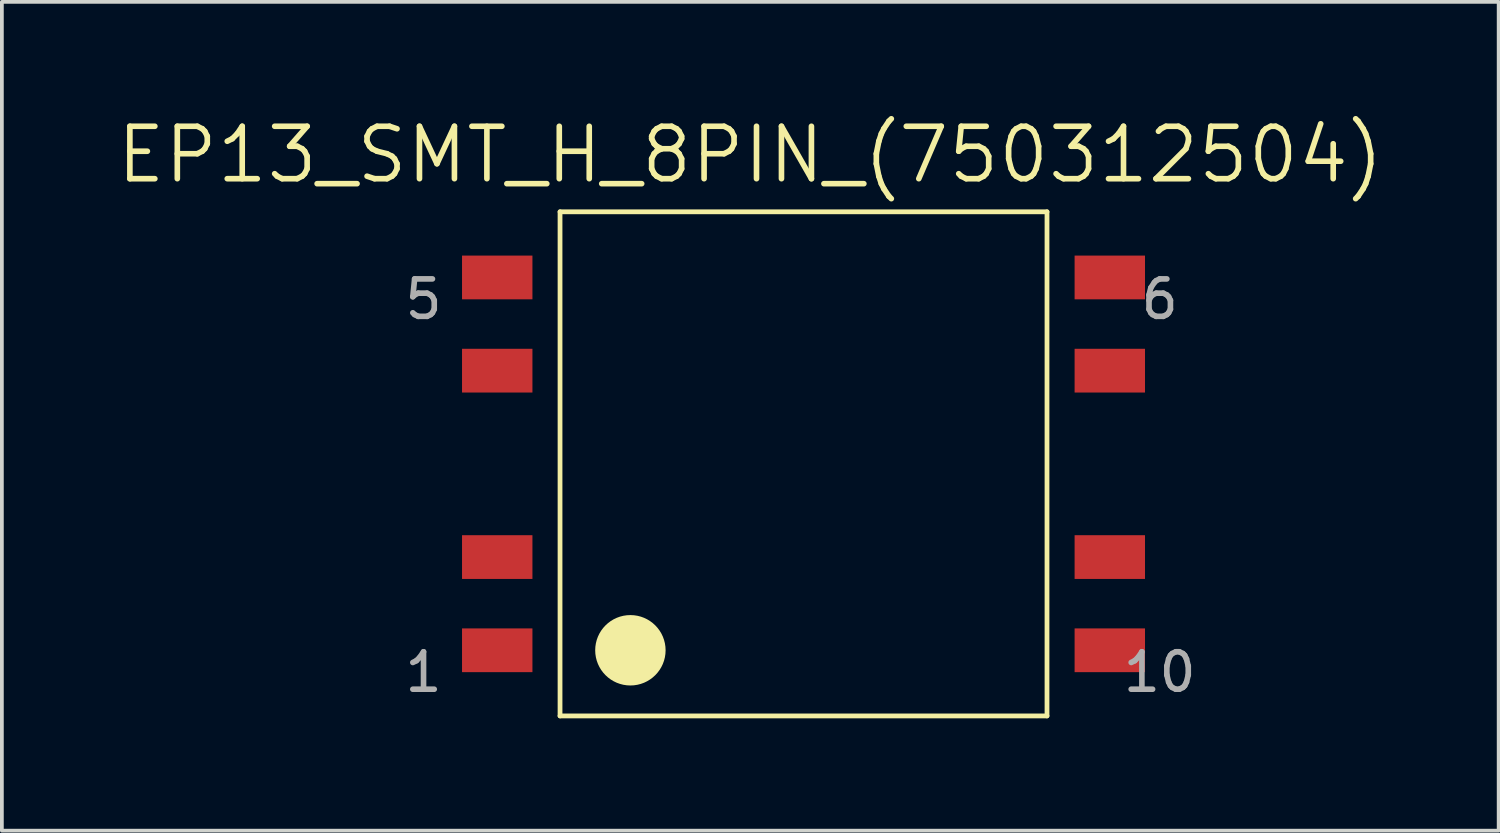
<source format=kicad_pcb>
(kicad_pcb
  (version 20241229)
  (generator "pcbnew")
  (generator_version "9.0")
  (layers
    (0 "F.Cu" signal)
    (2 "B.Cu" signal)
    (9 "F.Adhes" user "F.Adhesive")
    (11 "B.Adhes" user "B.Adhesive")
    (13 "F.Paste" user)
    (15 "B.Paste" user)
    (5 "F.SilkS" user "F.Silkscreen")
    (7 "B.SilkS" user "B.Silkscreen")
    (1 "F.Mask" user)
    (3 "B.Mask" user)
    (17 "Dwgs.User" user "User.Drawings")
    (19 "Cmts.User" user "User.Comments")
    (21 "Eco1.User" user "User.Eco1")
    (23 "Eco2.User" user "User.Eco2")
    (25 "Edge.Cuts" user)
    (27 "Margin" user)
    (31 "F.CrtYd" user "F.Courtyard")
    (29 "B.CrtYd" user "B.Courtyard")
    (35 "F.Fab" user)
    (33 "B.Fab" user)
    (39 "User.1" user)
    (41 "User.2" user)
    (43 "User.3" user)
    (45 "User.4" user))
  (footprint "EP13_SMT_H_8PIN_(750312504)"
    (layer "F.Cu")
    (at 18.407 9.337)
    (property "Reference" "EP13_SMT_H_8PIN_(750312504)" (at -1.422 -8.255 0) (layer "F.SilkS") (effects (font (size 1.4 1.4) (thickness 0.15))))
    (attr through_hole)
    (fp_line (start -6.502 -6.731) (end -6.502 6.731) (stroke (width 0.127) (type solid)) (layer "F.SilkS"))
    (fp_line (start -6.502 -6.731) (end 6.502 -6.731) (stroke (width 0.127) (type solid)) (layer "F.SilkS"))
    (fp_line (start -6.502 6.731) (end 6.502 6.731) (stroke (width 0.127) (type solid)) (layer "F.SilkS"))
    (fp_line (start 6.502 -6.731) (end 6.502 6.731) (stroke (width 0.127) (type solid)) (layer "F.SilkS"))
    (fp_circle (center -4.623 4.978) (end -3.683 4.978) (stroke (width 0) (type solid)) (fill yes) (layer "F.SilkS"))
    (fp_text user "10" (at 9.512 5.563 0) (layer "F.Fab") (effects (font (size 1 1) (thickness 0.15))))
    (fp_text user "1" (at -10.147 5.563 0) (layer "F.Fab") (effects (font (size 1 1) (thickness 0.15))))
    (fp_text user "5" (at -10.147 -4.394 0) (layer "F.Fab") (effects (font (size 1 1) (thickness 0.15))))
    (fp_text user "6" (at 9.512 -4.394 0) (layer "F.Fab") (effects (font (size 1 1) (thickness 0.15))))
    (pad "1" smd rect (at -8.179 4.978) (size 1.88 1.168) (layers "F.Cu" "F.Mask" "F.Paste"))
    (pad "2" smd rect (at -8.179 2.489) (size 1.88 1.168) (layers "F.Cu" "F.Mask" "F.Paste"))
    (pad "4" smd rect (at -8.179 -2.489) (size 1.88 1.168) (layers "F.Cu" "F.Mask" "F.Paste"))
    (pad "5" smd rect (at -8.179 -4.978) (size 1.88 1.168) (layers "F.Cu" "F.Mask" "F.Paste"))
    (pad "6" smd rect (at 8.179 -4.978) (size 1.88 1.168) (layers "F.Cu" "F.Mask" "F.Paste"))
    (pad "7" smd rect (at 8.179 -2.489) (size 1.88 1.168) (layers "F.Cu" "F.Mask" "F.Paste"))
    (pad "9" smd rect (at 8.179 2.489) (size 1.88 1.168) (layers "F.Cu" "F.Mask" "F.Paste"))
    (pad "10" smd rect (at 8.179 4.978) (size 1.88 1.168) (layers "F.Cu" "F.Mask" "F.Paste")))
  (gr_rect
    (start -3 -3)
    (end 36.97 19.132)
    (stroke (width 0.1) (type default))
    (fill no)
    (layer "Edge.Cuts")))
</source>
